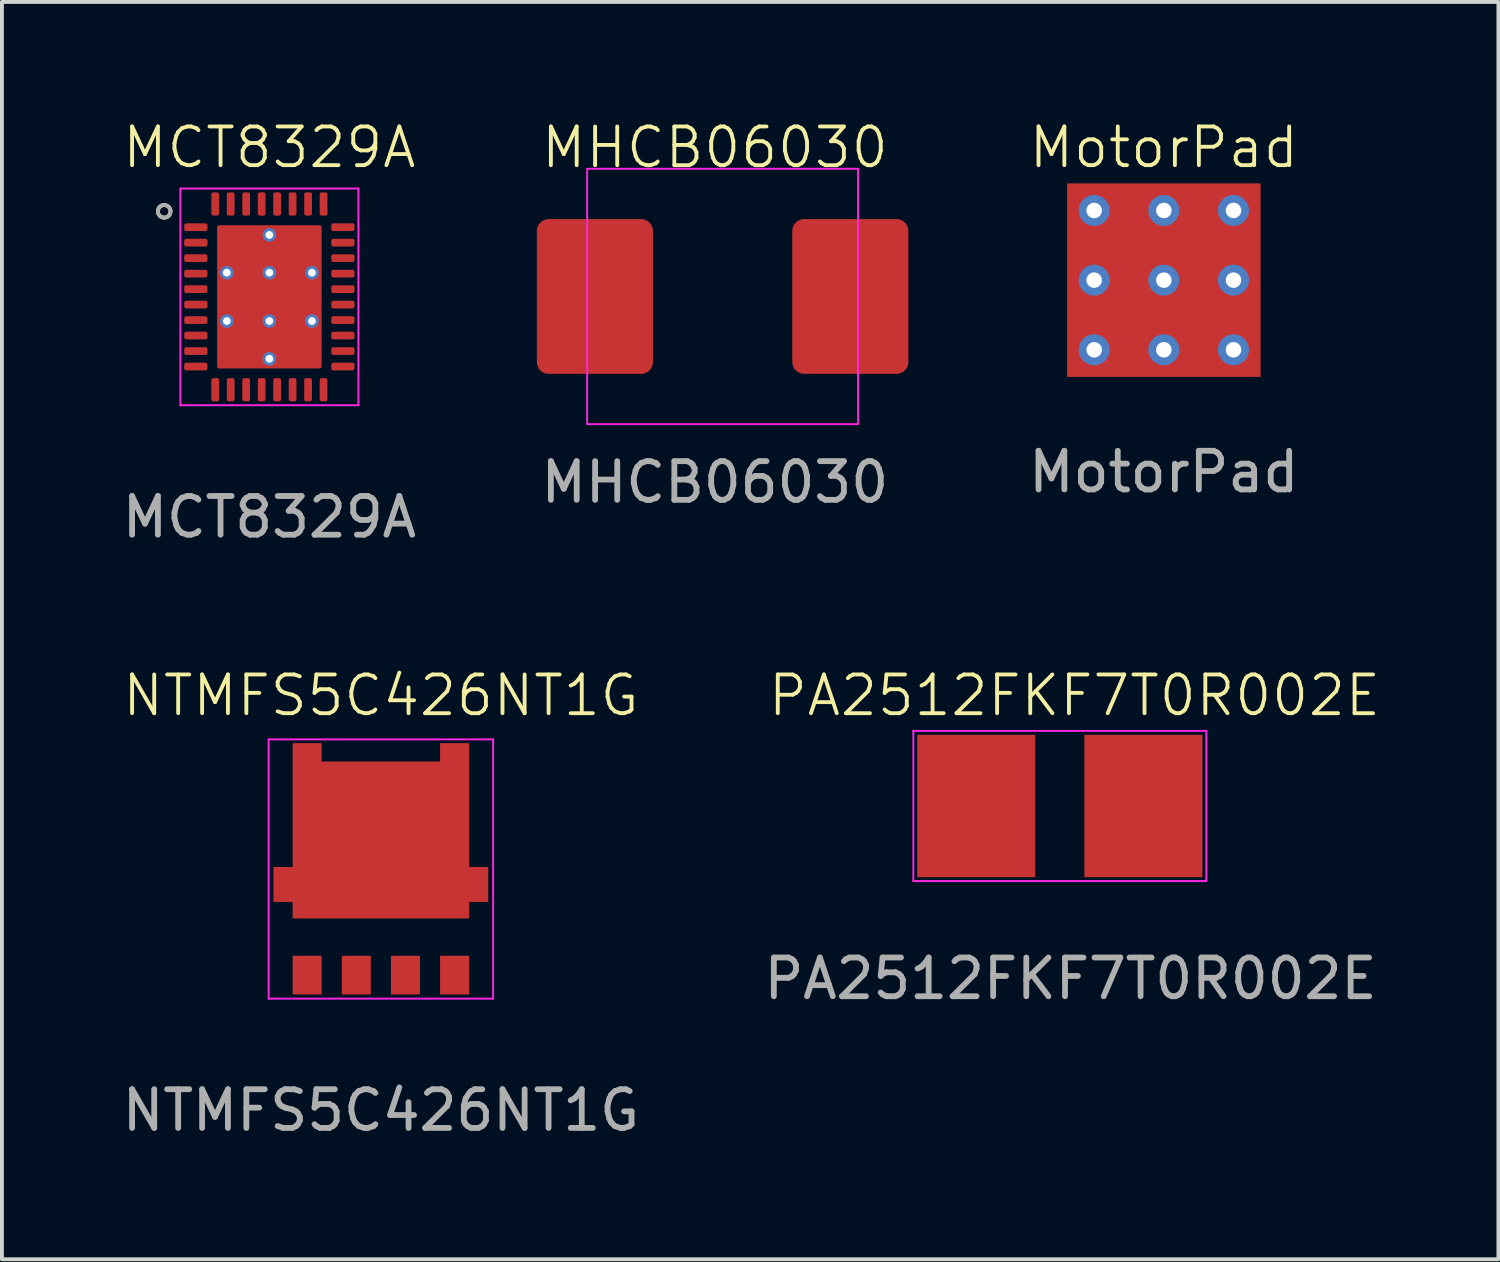
<source format=kicad_pcb>
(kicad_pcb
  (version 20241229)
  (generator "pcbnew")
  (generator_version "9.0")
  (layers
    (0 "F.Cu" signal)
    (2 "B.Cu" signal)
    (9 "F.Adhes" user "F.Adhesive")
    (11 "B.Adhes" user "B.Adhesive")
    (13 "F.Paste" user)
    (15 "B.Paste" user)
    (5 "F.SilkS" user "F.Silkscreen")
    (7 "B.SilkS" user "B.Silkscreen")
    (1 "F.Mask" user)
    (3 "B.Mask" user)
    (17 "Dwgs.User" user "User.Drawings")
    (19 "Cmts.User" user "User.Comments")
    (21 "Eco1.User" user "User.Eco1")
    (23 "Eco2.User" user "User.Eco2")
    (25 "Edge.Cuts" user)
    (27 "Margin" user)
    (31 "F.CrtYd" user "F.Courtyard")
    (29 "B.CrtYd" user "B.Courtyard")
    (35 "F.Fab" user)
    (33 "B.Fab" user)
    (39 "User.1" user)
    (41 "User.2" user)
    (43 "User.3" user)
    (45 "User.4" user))
  (footprint "PA2512FKF7T0R002E"
    (layer "F.Cu")
    (at 20.651 15.937)
    (property "Reference" "PA2512FKF7T0R002E" (at 4.064 -1.016 0) (unlocked yes) (layer "F.SilkS") (effects (font (size 1 1) (thickness 0.1))))
    (attr smd)
    (fp_line (start -0.1 -0.1) (end 7.47 -0.1) (stroke (width 0.05) (type default)) (layer "F.CrtYd"))
    (fp_line (start -0.1 3.78) (end -0.1 -0.1) (stroke (width 0.05) (type default)) (layer "F.CrtYd"))
    (fp_line (start 7.47 -0.1) (end 7.47 3.78) (stroke (width 0.05) (type default)) (layer "F.CrtYd"))
    (fp_line (start 7.47 3.78) (end -0.1 3.78) (stroke (width 0.05) (type default)) (layer "F.CrtYd"))
    (fp_text user "${REFERENCE}" (at 3.962 6.301 0) (unlocked yes) (layer "F.Fab") (effects (font (size 1 1) (thickness 0.15))))
    (pad "1" smd rect (at 1.525 1.84) (size 3.05 3.68) (layers "F.Cu" "F.Mask" "F.Paste"))
    (pad "2" smd rect (at 5.845 1.84) (size 3.05 3.68) (layers "F.Cu" "F.Mask" "F.Paste")))
  (footprint "MCT8329A"
    (layer "F.Cu")
    (at 3.911 4.621)
    (property "Reference" "MCT8329A" (at 0 -3.861 0) (unlocked yes) (layer "F.SilkS") (effects (font (size 1 1) (thickness 0.1))))
    (attr smd)
    (fp_circle (center -2.718 -2.21) (end -2.591 -2.108) (stroke (width 0.1) (type default)) (fill no) (layer "F.SilkS"))
    (fp_line (start -2.3 -2.8) (end 2.3 -2.8) (stroke (width 0.05) (type default)) (layer "F.CrtYd"))
    (fp_line (start -2.3 2.8) (end -2.3 -2.8) (stroke (width 0.05) (type default)) (layer "F.CrtYd"))
    (fp_line (start 2.3 2.8) (end -2.3 2.8) (stroke (width 0.05) (type default)) (layer "F.CrtYd"))
    (fp_line (start 2.3 2.8) (end 2.3 -2.8) (stroke (width 0.05) (type default)) (layer "F.CrtYd"))
    (fp_circle (center -2.718 -2.21) (end -2.555 -2.21) (stroke (width 0.1) (type default)) (fill no) (layer "F.Fab"))
    (fp_text user "${REFERENCE}" (at 0 5.691 0) (unlocked yes) (layer "F.Fab") (effects (font (size 1 1) (thickness 0.15))))
    (pad "1" smd roundrect (at -1.9 -1.8) (size 0.6 0.2) (layers "F.Cu" "F.Mask" "F.Paste") (roundrect_rratio 0.25))
    (pad "2" smd roundrect (at -1.9 -1.4) (size 0.6 0.2) (layers "F.Cu" "F.Mask" "F.Paste") (roundrect_rratio 0.25))
    (pad "3" smd roundrect (at -1.9 -1) (size 0.6 0.2) (layers "F.Cu" "F.Mask" "F.Paste") (roundrect_rratio 0.25))
    (pad "4" smd roundrect (at -1.9 -0.6) (size 0.6 0.2) (layers "F.Cu" "F.Mask" "F.Paste") (roundrect_rratio 0.25))
    (pad "5" smd roundrect (at -1.9 -0.2) (size 0.6 0.2) (layers "F.Cu" "F.Mask" "F.Paste") (roundrect_rratio 0.25))
    (pad "6" smd roundrect (at -1.9 0.2) (size 0.6 0.2) (layers "F.Cu" "F.Mask" "F.Paste") (roundrect_rratio 0.25))
    (pad "7" smd roundrect (at -1.9 0.6) (size 0.6 0.2) (layers "F.Cu" "F.Mask" "F.Paste") (roundrect_rratio 0.25))
    (pad "8" smd roundrect (at -1.9 1) (size 0.6 0.2) (layers "F.Cu" "F.Mask" "F.Paste") (roundrect_rratio 0.25))
    (pad "9" smd roundrect (at -1.9 1.4) (size 0.6 0.2) (layers "F.Cu" "F.Mask" "F.Paste") (roundrect_rratio 0.25))
    (pad "10" smd roundrect (at -1.9 1.8) (size 0.6 0.2) (layers "F.Cu" "F.Mask" "F.Paste") (roundrect_rratio 0.25))
    (pad "11" smd roundrect (at -1.4 2.4 270) (size 0.6 0.2) (layers "F.Cu" "F.Mask" "F.Paste") (roundrect_rratio 0.25))
    (pad "12" smd roundrect (at -1 2.4 270) (size 0.6 0.2) (layers "F.Cu" "F.Mask" "F.Paste") (roundrect_rratio 0.25))
    (pad "13" smd roundrect (at -0.6 2.4 270) (size 0.6 0.2) (layers "F.Cu" "F.Mask" "F.Paste") (roundrect_rratio 0.25))
    (pad "14" smd roundrect (at -0.2 2.4 270) (size 0.6 0.2) (layers "F.Cu" "F.Mask" "F.Paste") (roundrect_rratio 0.25))
    (pad "15" smd roundrect (at 0.2 2.4 270) (size 0.6 0.2) (layers "F.Cu" "F.Mask" "F.Paste") (roundrect_rratio 0.25))
    (pad "16" smd roundrect (at 0.6 2.4 270) (size 0.6 0.2) (layers "F.Cu" "F.Mask" "F.Paste") (roundrect_rratio 0.25))
    (pad "17" smd roundrect (at 1 2.4 270) (size 0.6 0.2) (layers "F.Cu" "F.Mask" "F.Paste") (roundrect_rratio 0.25))
    (pad "18" smd roundrect (at 1.4 2.4 270) (size 0.6 0.2) (layers "F.Cu" "F.Mask" "F.Paste") (roundrect_rratio 0.25))
    (pad "19" smd roundrect (at 1.9 1.8) (size 0.6 0.2) (layers "F.Cu" "F.Mask" "F.Paste") (roundrect_rratio 0.25))
    (pad "20" smd roundrect (at 1.9 1.4) (size 0.6 0.2) (layers "F.Cu" "F.Mask" "F.Paste") (roundrect_rratio 0.25))
    (pad "21" smd roundrect (at 1.9 1) (size 0.6 0.2) (layers "F.Cu" "F.Mask" "F.Paste") (roundrect_rratio 0.25))
    (pad "22" smd roundrect (at 1.9 0.6) (size 0.6 0.2) (layers "F.Cu" "F.Mask" "F.Paste") (roundrect_rratio 0.25))
    (pad "23" smd roundrect (at 1.9 0.2) (size 0.6 0.2) (layers "F.Cu" "F.Mask" "F.Paste") (roundrect_rratio 0.25))
    (pad "24" smd roundrect (at 1.9 -0.2) (size 0.6 0.2) (layers "F.Cu" "F.Mask" "F.Paste") (roundrect_rratio 0.25))
    (pad "25" smd roundrect (at 1.9 -0.6) (size 0.6 0.2) (layers "F.Cu" "F.Mask" "F.Paste") (roundrect_rratio 0.25))
    (pad "26" smd roundrect (at 1.9 -1) (size 0.6 0.2) (layers "F.Cu" "F.Mask" "F.Paste") (roundrect_rratio 0.25))
    (pad "27" smd roundrect (at 1.9 -1.4) (size 0.6 0.2) (layers "F.Cu" "F.Mask" "F.Paste") (roundrect_rratio 0.25))
    (pad "28" smd roundrect (at 1.9 -1.8) (size 0.6 0.2) (layers "F.Cu" "F.Mask" "F.Paste") (roundrect_rratio 0.25))
    (pad "29" smd roundrect (at 1.4 -2.4 270) (size 0.6 0.2) (layers "F.Cu" "F.Mask" "F.Paste") (roundrect_rratio 0.25))
    (pad "30" smd roundrect (at 1 -2.4 270) (size 0.6 0.2) (layers "F.Cu" "F.Mask" "F.Paste") (roundrect_rratio 0.25))
    (pad "31" smd roundrect (at 0.6 -2.4 270) (size 0.6 0.2) (layers "F.Cu" "F.Mask" "F.Paste") (roundrect_rratio 0.25))
    (pad "32" smd roundrect (at 0.2 -2.4 270) (size 0.6 0.2) (layers "F.Cu" "F.Mask" "F.Paste") (roundrect_rratio 0.25))
    (pad "33" smd roundrect (at -0.2 -2.4 270) (size 0.6 0.2) (layers "F.Cu" "F.Mask" "F.Paste") (roundrect_rratio 0.25))
    (pad "34" smd roundrect (at -0.6 -2.4 270) (size 0.6 0.2) (layers "F.Cu" "F.Mask" "F.Paste") (roundrect_rratio 0.25))
    (pad "35" smd roundrect (at -1 -2.4 270) (size 0.6 0.2) (layers "F.Cu" "F.Mask" "F.Paste") (roundrect_rratio 0.25))
    (pad "36" smd roundrect (at -1.4 -2.4 270) (size 0.6 0.2) (layers "F.Cu" "F.Mask" "F.Paste") (roundrect_rratio 0.25))
    (pad "37" thru_hole circle (at -1.1 -0.625 270) (size 0.35 0.35) (drill 0.2) (layers "*.Cu" "*.Mask"))
    (pad "37" thru_hole circle (at -1.1 0.625 270) (size 0.35 0.35) (drill 0.2) (layers "*.Cu" "*.Mask"))
    (pad "37" thru_hole circle (at 0 -1.6 270) (size 0.35 0.35) (drill 0.2) (layers "*.Cu" "*.Mask"))
    (pad "37" thru_hole circle (at 0 -0.625 270) (size 0.35 0.35) (drill 0.2) (layers "*.Cu" "*.Mask"))
    (pad "37" smd roundrect (at 0 0) (size 2.7 3.7) (layers "F.Cu" "F.Mask" "F.Paste") (roundrect_rratio 0.019))
    (pad "37" thru_hole circle (at 0 0.625 270) (size 0.35 0.35) (drill 0.2) (layers "*.Cu" "*.Mask"))
    (pad "37" thru_hole circle (at 0 1.6 270) (size 0.35 0.35) (drill 0.2) (layers "*.Cu" "*.Mask"))
    (pad "37" thru_hole circle (at 1.1 -0.625 270) (size 0.35 0.35) (drill 0.2) (layers "*.Cu" "*.Mask"))
    (pad "37" thru_hole circle (at 1.1 0.625 270) (size 0.35 0.35) (drill 0.2) (layers "*.Cu" "*.Mask")))
  (footprint "MotorPad"
    (layer "F.Cu")
    (at 27.024 4.189)
    (property "Reference" "MotorPad" (at 0 -3.429 0) (unlocked yes) (layer "F.SilkS") (effects (font (size 1 1) (thickness 0.1))))
    (attr smd)
    (fp_text user "${REFERENCE}" (at 0 4.954 0) (unlocked yes) (layer "F.Fab") (effects (font (size 1 1) (thickness 0.15))))
    (pad "1" thru_hole circle (at -1.8 -1.8) (size 0.8 0.8) (drill 0.4) (layers "*.Cu" "*.Mask"))
    (pad "1" thru_hole circle (at -1.8 0) (size 0.8 0.8) (drill 0.4) (layers "*.Cu" "*.Mask"))
    (pad "1" thru_hole circle (at -1.8 1.8) (size 0.8 0.8) (drill 0.4) (layers "*.Cu" "*.Mask"))
    (pad "1" thru_hole circle (at 0 -1.8) (size 0.8 0.8) (drill 0.4) (layers "*.Cu" "*.Mask"))
    (pad "1" thru_hole circle (at 0 0) (size 0.8 0.8) (drill 0.4) (layers "*.Cu" "*.Mask"))
    (pad "1" smd rect (at 0 0) (size 5 5) (layers "F.Cu" "F.Mask" "F.Paste"))
    (pad "1" thru_hole circle (at 0 1.8) (size 0.8 0.8) (drill 0.4) (layers "*.Cu" "*.Mask"))
    (pad "1" thru_hole circle (at 1.8 -1.8) (size 0.8 0.8) (drill 0.4) (layers "*.Cu" "*.Mask"))
    (pad "1" thru_hole circle (at 1.8 0) (size 0.8 0.8) (drill 0.4) (layers "*.Cu" "*.Mask"))
    (pad "1" thru_hole circle (at 1.8 1.8) (size 0.8 0.8) (drill 0.4) (layers "*.Cu" "*.Mask")))
  (footprint "MHCB06030"
    (layer "F.Cu")
    (at 15.623 4.611)
    (property "Reference" "MHCB06030" (at -0.2 -3.85 0) (unlocked yes) (layer "F.SilkS") (effects (font (size 1 1) (thickness 0.1))))
    (attr smd)
    (fp_rect (start -3.5 -3.3) (end 3.5 3.3) (stroke (width 0.05) (type default)) (fill no) (layer "F.CrtYd"))
    (fp_text user "${REFERENCE}" (at -0.2 4.8 0) (unlocked yes) (layer "F.Fab") (effects (font (size 1 1) (thickness 0.15))))
    (pad "1" smd roundrect (at 3.3 0) (size 3 4) (layers "F.Cu" "F.Mask" "F.Paste") (roundrect_rratio 0.1))
    (pad "2" smd roundrect (at -3.3 0) (size 3 4) (layers "F.Cu" "F.Mask" "F.Paste") (roundrect_rratio 0.1)))
  (footprint "NTMFS5C426NT1G"
    (layer "F.Cu")
    (at 6.792 18.655)
    (property "Reference" "NTMFS5C426NT1G" (at 0 -3.734 0) (unlocked yes) (layer "F.SilkS") (effects (font (size 1 1) (thickness 0.1))))
    (attr smd)
    (fp_line (start -2.9 -2.6) (end -2.9 4.1) (stroke (width 0.05) (type default)) (layer "F.CrtYd"))
    (fp_line (start -2.9 -2.6) (end 2.9 -2.6) (stroke (width 0.05) (type default)) (layer "F.CrtYd"))
    (fp_line (start -2.9 4.1) (end 2.9 4.1) (stroke (width 0.05) (type default)) (layer "F.CrtYd"))
    (fp_line (start 2.9 -2.6) (end 2.9 4.1) (stroke (width 0.05) (type default)) (layer "F.CrtYd"))
    (fp_text user "${REFERENCE}" (at 0 6.986 0) (unlocked yes) (layer "F.Fab") (effects (font (size 1 1) (thickness 0.15))))
    (pad "1" smd rect (at -1.905 3.492) (size 0.75 1) (layers "F.Cu" "F.Mask" "F.Paste"))
    (pad "1" smd rect (at -0.635 3.492) (size 0.75 1) (layers "F.Cu" "F.Mask" "F.Paste"))
    (pad "1" smd rect (at 0.635 3.492) (size 0.75 1) (layers "F.Cu" "F.Mask" "F.Paste"))
    (pad "2" smd rect (at 1.905 3.492) (size 0.75 1) (layers "F.Cu" "F.Mask" "F.Paste"))
    (pad "3" smd custom (at 0 0) (size 4.56 4.055) (layers "F.Cu" "F.Mask" "F.Paste") (options (anchor rect)) (primitives (gr_rect (start 2.28 0.698) (end 2.775 1.603) (width 0.0001) (fill yes)) (gr_rect (start -2.775 0.698) (end -2.28 1.603) (width 0.0001) (fill yes)) (gr_rect (start 1.53 -2.502) (end 2.28 -2.027) (width 0.0001) (fill yes)) (gr_rect (start -2.28 -2.502) (end -1.53 -2.027) (width 0.0001) (fill yes)))))
  (gr_rect
    (start -3 -3)
    (end 35.669 29.489)
    (stroke (width 0.1) (type default))
    (fill no)
    (layer "Edge.Cuts")))
</source>
